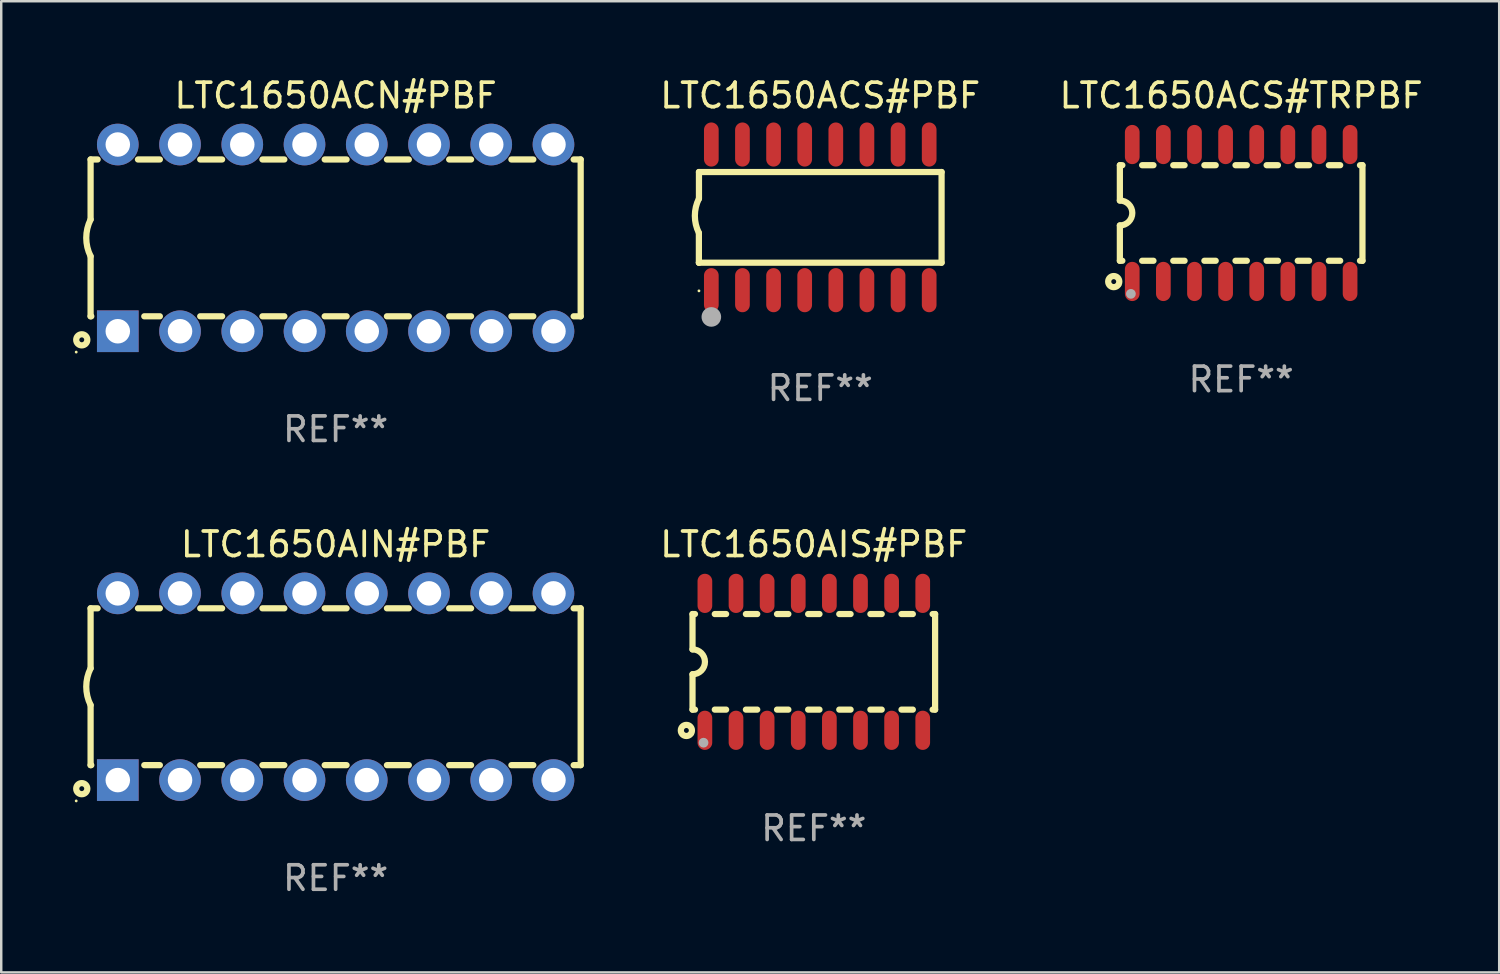
<source format=kicad_pcb>
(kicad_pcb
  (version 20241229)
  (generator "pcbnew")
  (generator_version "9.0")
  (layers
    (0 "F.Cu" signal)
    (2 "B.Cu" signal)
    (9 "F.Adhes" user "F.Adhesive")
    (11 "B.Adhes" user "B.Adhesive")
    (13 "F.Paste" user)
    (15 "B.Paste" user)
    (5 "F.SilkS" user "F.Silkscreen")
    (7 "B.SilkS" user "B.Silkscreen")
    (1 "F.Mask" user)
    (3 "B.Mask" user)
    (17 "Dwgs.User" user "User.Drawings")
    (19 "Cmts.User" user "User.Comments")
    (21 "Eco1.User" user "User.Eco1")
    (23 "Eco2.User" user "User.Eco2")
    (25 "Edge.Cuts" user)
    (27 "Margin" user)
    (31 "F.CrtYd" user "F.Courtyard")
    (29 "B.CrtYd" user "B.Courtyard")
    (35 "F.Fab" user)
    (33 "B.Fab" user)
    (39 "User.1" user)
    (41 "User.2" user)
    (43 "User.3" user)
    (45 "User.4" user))
  (footprint "LTC1650AIS#PBF"
    (layer "F.Cu")
    (at 30.161 23.959)
    (property "Reference" "LTC1650AIS#PBF" (at 0 -4.794 0) (layer "F.SilkS") (effects (font (size 1 1) (thickness 0.15))))
    (attr through_hole)
    (fp_line (start -4.95 -1.95) (end -4.95 -0.508) (stroke (width 0.254) (type solid)) (layer "F.SilkS"))
    (fp_line (start -4.95 -1.95) (end -4.849 -1.95) (stroke (width 0.254) (type solid)) (layer "F.SilkS"))
    (fp_line (start -4.95 1.95) (end -4.95 0.508) (stroke (width 0.254) (type solid)) (layer "F.SilkS"))
    (fp_line (start -4.95 1.95) (end -4.849 1.95) (stroke (width 0.254) (type solid)) (layer "F.SilkS"))
    (fp_line (start -4.041 -1.95) (end -3.579 -1.95) (stroke (width 0.254) (type solid)) (layer "F.SilkS"))
    (fp_line (start -4.041 1.95) (end -3.579 1.95) (stroke (width 0.254) (type solid)) (layer "F.SilkS"))
    (fp_line (start -2.771 -1.95) (end -2.309 -1.95) (stroke (width 0.254) (type solid)) (layer "F.SilkS"))
    (fp_line (start -2.771 1.95) (end -2.309 1.95) (stroke (width 0.254) (type solid)) (layer "F.SilkS"))
    (fp_line (start -1.501 -1.95) (end -1.039 -1.95) (stroke (width 0.254) (type solid)) (layer "F.SilkS"))
    (fp_line (start -1.501 1.95) (end -1.039 1.95) (stroke (width 0.254) (type solid)) (layer "F.SilkS"))
    (fp_line (start -0.231 -1.95) (end 0.231 -1.95) (stroke (width 0.254) (type solid)) (layer "F.SilkS"))
    (fp_line (start -0.231 1.95) (end 0.231 1.95) (stroke (width 0.254) (type solid)) (layer "F.SilkS"))
    (fp_line (start 1.039 -1.95) (end 1.501 -1.95) (stroke (width 0.254) (type solid)) (layer "F.SilkS"))
    (fp_line (start 1.039 1.95) (end 1.501 1.95) (stroke (width 0.254) (type solid)) (layer "F.SilkS"))
    (fp_line (start 2.309 -1.95) (end 2.771 -1.95) (stroke (width 0.254) (type solid)) (layer "F.SilkS"))
    (fp_line (start 2.309 1.95) (end 2.771 1.95) (stroke (width 0.254) (type solid)) (layer "F.SilkS"))
    (fp_line (start 3.579 -1.95) (end 4.041 -1.95) (stroke (width 0.254) (type solid)) (layer "F.SilkS"))
    (fp_line (start 3.579 1.95) (end 4.041 1.95) (stroke (width 0.254) (type solid)) (layer "F.SilkS"))
    (fp_line (start 4.849 -1.95) (end 4.95 -1.95) (stroke (width 0.254) (type solid)) (layer "F.SilkS"))
    (fp_line (start 4.849 1.95) (end 4.95 1.95) (stroke (width 0.254) (type solid)) (layer "F.SilkS"))
    (fp_line (start 4.95 -1.95) (end 4.95 1.95) (stroke (width 0.254) (type solid)) (layer "F.SilkS"))
    (fp_arc (start -4.95047 -0.508001) (mid -4.442469 -0.000228) (end -4.950013 0.508001) (stroke (width 0.254001) (type solid)) (layer "F.SilkS"))
    (fp_circle (center -5.2 2.8) (end -5.1 2.8) (stroke (width 0.254) (type solid)) (fill no) (layer "F.SilkS"))
    (fp_circle (center -4.95 2.947) (end -4.92 2.947) (stroke (width 0.06) (type solid)) (fill no) (layer "F.SilkS"))
    (fp_circle (center -4.5 3.3) (end -4.4 3.3) (stroke (width 0.2) (type solid)) (fill no) (layer "F.Fab"))
    (fp_text user "REF**" (at 0 6.794 0) (layer "F.Fab") (effects (font (size 1 1) (thickness 0.15))))
    (pad "1" smd oval (at -4.445 2.794) (size 0.6 1.6) (layers "F.Cu" "F.Mask" "F.Paste"))
    (pad "2" smd oval (at -3.175 2.794) (size 0.6 1.6) (layers "F.Cu" "F.Mask" "F.Paste"))
    (pad "3" smd oval (at -1.905 2.794) (size 0.6 1.6) (layers "F.Cu" "F.Mask" "F.Paste"))
    (pad "4" smd oval (at -0.635 2.794) (size 0.6 1.6) (layers "F.Cu" "F.Mask" "F.Paste"))
    (pad "5" smd oval (at 0.635 2.794) (size 0.6 1.6) (layers "F.Cu" "F.Mask" "F.Paste"))
    (pad "6" smd oval (at 1.905 2.794) (size 0.6 1.6) (layers "F.Cu" "F.Mask" "F.Paste"))
    (pad "7" smd oval (at 3.175 2.794) (size 0.6 1.6) (layers "F.Cu" "F.Mask" "F.Paste"))
    (pad "8" smd oval (at 4.445 2.794) (size 0.6 1.6) (layers "F.Cu" "F.Mask" "F.Paste"))
    (pad "9" smd oval (at 4.445 -2.794) (size 0.6 1.6) (layers "F.Cu" "F.Mask" "F.Paste"))
    (pad "10" smd oval (at 3.175 -2.794) (size 0.6 1.6) (layers "F.Cu" "F.Mask" "F.Paste"))
    (pad "11" smd oval (at 1.905 -2.794) (size 0.6 1.6) (layers "F.Cu" "F.Mask" "F.Paste"))
    (pad "12" smd oval (at 0.635 -2.794) (size 0.6 1.6) (layers "F.Cu" "F.Mask" "F.Paste"))
    (pad "13" smd oval (at -0.635 -2.794) (size 0.6 1.6) (layers "F.Cu" "F.Mask" "F.Paste"))
    (pad "14" smd oval (at -1.905 -2.794) (size 0.6 1.6) (layers "F.Cu" "F.Mask" "F.Paste"))
    (pad "15" smd oval (at -3.175 -2.794) (size 0.6 1.6) (layers "F.Cu" "F.Mask" "F.Paste"))
    (pad "16" smd oval (at -4.445 -2.794) (size 0.6 1.6) (layers "F.Cu" "F.Mask" "F.Paste")))
  (footprint "LTC1650ACS#PBF"
    (layer "F.Cu")
    (at 30.423 5.82)
    (property "Reference" "LTC1650ACS#PBF" (at 0 -4.972 0) (layer "F.SilkS") (effects (font (size 1 1) (thickness 0.15))))
    (attr through_hole)
    (fp_line (start -4.952 0.635) (end -4.952 1.85) (stroke (width 0.254) (type solid)) (layer "F.SilkS"))
    (fp_line (start -4.952 1.85) (end -4.949 1.85) (stroke (width 0.254) (type solid)) (layer "F.SilkS"))
    (fp_line (start -4.949 -1.85) (end -4.949 -0.762) (stroke (width 0.254) (type solid)) (layer "F.SilkS"))
    (fp_line (start -4.949 1.85) (end 4.952 1.85) (stroke (width 0.254) (type solid)) (layer "F.SilkS"))
    (fp_line (start 4.952 -1.85) (end -4.949 -1.85) (stroke (width 0.254) (type solid)) (layer "F.SilkS"))
    (fp_line (start 4.952 1.85) (end 4.952 -1.85) (stroke (width 0.254) (type solid)) (layer "F.SilkS"))
    (fp_arc (start -4.951524 0.635001) (mid -5.116418 -0.0635) (end -4.951524 -0.762002) (stroke (width 0.254001) (type solid)) (layer "F.SilkS"))
    (fp_circle (center -4.949 3) (end -4.919 3) (stroke (width 0.06) (type solid)) (fill no) (layer "F.SilkS"))
    (fp_circle (center -4.444 4.064) (end -4.244 4.064) (stroke (width 0.4) (type solid)) (fill no) (layer "F.Fab"))
    (fp_text user "REF**" (at 0 6.972 0) (layer "F.Fab") (effects (font (size 1 1) (thickness 0.15))))
    (pad "1" smd oval (at -4.444 2.972 180) (size 0.6 1.8) (layers "F.Cu" "F.Mask" "F.Paste"))
    (pad "2" smd oval (at -3.174 2.972 180) (size 0.6 1.8) (layers "F.Cu" "F.Mask" "F.Paste"))
    (pad "3" smd oval (at -1.904 2.972 180) (size 0.6 1.8) (layers "F.Cu" "F.Mask" "F.Paste"))
    (pad "4" smd oval (at -0.634 2.972 180) (size 0.6 1.8) (layers "F.Cu" "F.Mask" "F.Paste"))
    (pad "5" smd oval (at 0.636 2.972 180) (size 0.6 1.8) (layers "F.Cu" "F.Mask" "F.Paste"))
    (pad "6" smd oval (at 1.906 2.972 180) (size 0.6 1.8) (layers "F.Cu" "F.Mask" "F.Paste"))
    (pad "7" smd oval (at 3.176 2.972 180) (size 0.6 1.8) (layers "F.Cu" "F.Mask" "F.Paste"))
    (pad "8" smd oval (at 4.446 2.972 180) (size 0.6 1.8) (layers "F.Cu" "F.Mask" "F.Paste"))
    (pad "9" smd oval (at 4.446 -2.972 180) (size 0.6 1.8) (layers "F.Cu" "F.Mask" "F.Paste"))
    (pad "10" smd oval (at 3.176 -2.972 180) (size 0.6 1.8) (layers "F.Cu" "F.Mask" "F.Paste"))
    (pad "11" smd oval (at 1.906 -2.972 180) (size 0.6 1.8) (layers "F.Cu" "F.Mask" "F.Paste"))
    (pad "12" smd oval (at 0.636 -2.972 180) (size 0.6 1.8) (layers "F.Cu" "F.Mask" "F.Paste"))
    (pad "13" smd oval (at -0.634 -2.972 180) (size 0.6 1.8) (layers "F.Cu" "F.Mask" "F.Paste"))
    (pad "14" smd oval (at -1.904 -2.972 180) (size 0.6 1.8) (layers "F.Cu" "F.Mask" "F.Paste"))
    (pad "15" smd oval (at -3.174 -2.972 180) (size 0.6 1.8) (layers "F.Cu" "F.Mask" "F.Paste"))
    (pad "16" smd oval (at -4.444 -2.972 180) (size 0.6 1.8) (layers "F.Cu" "F.Mask" "F.Paste")))
  (footprint "LTC1650ACN#PBF"
    (layer "F.Cu")
    (at 10.647 6.658)
    (property "Reference" "LTC1650ACN#PBF" (at 0 -5.81 0) (layer "F.SilkS") (effects (font (size 1 1) (thickness 0.15))))
    (attr through_hole)
    (fp_line (start -10 -3.2) (end -10 -0.75) (stroke (width 0.254) (type solid)) (layer "F.SilkS"))
    (fp_line (start -10 -3.2) (end -9.713 -3.2) (stroke (width 0.254) (type solid)) (layer "F.SilkS"))
    (fp_line (start -10 3.2) (end -10 0.75) (stroke (width 0.254) (type solid)) (layer "F.SilkS"))
    (fp_line (start -10 3.2) (end -9.971 3.2) (stroke (width 0.254) (type solid)) (layer "F.SilkS"))
    (fp_line (start -8.067 -3.2) (end -7.173 -3.2) (stroke (width 0.254) (type solid)) (layer "F.SilkS"))
    (fp_line (start -7.809 3.2) (end -7.173 3.2) (stroke (width 0.254) (type solid)) (layer "F.SilkS"))
    (fp_line (start -5.527 3.2) (end -4.633 3.2) (stroke (width 0.254) (type solid)) (layer "F.SilkS"))
    (fp_line (start -5.527 -3.2) (end -4.633 -3.2) (stroke (width 0.254) (type solid)) (layer "F.SilkS"))
    (fp_line (start -2.987 3.2) (end -2.093 3.2) (stroke (width 0.254) (type solid)) (layer "F.SilkS"))
    (fp_line (start -2.987 -3.2) (end -2.093 -3.2) (stroke (width 0.254) (type solid)) (layer "F.SilkS"))
    (fp_line (start -0.447 3.2) (end 0.447 3.2) (stroke (width 0.254) (type solid)) (layer "F.SilkS"))
    (fp_line (start -0.447 -3.2) (end 0.447 -3.2) (stroke (width 0.254) (type solid)) (layer "F.SilkS"))
    (fp_line (start 2.093 3.2) (end 2.987 3.2) (stroke (width 0.254) (type solid)) (layer "F.SilkS"))
    (fp_line (start 2.093 -3.2) (end 2.987 -3.2) (stroke (width 0.254) (type solid)) (layer "F.SilkS"))
    (fp_line (start 4.633 3.2) (end 5.527 3.2) (stroke (width 0.254) (type solid)) (layer "F.SilkS"))
    (fp_line (start 4.633 -3.2) (end 5.527 -3.2) (stroke (width 0.254) (type solid)) (layer "F.SilkS"))
    (fp_line (start 7.173 3.2) (end 8.067 3.2) (stroke (width 0.254) (type solid)) (layer "F.SilkS"))
    (fp_line (start 7.173 -3.2) (end 8.067 -3.2) (stroke (width 0.254) (type solid)) (layer "F.SilkS"))
    (fp_line (start 9.713 3.2) (end 10 3.2) (stroke (width 0.254) (type solid)) (layer "F.SilkS"))
    (fp_line (start 9.713 -3.2) (end 10 -3.2) (stroke (width 0.254) (type solid)) (layer "F.SilkS"))
    (fp_line (start 10 -3.2) (end 10 3.2) (stroke (width 0.254) (type solid)) (layer "F.SilkS"))
    (fp_arc (start -10 0.748793) (mid -10.176918 -0.000607) (end -10.000025 -0.750013) (stroke (width 0.254001) (type solid)) (layer "F.SilkS"))
    (fp_circle (center -10.587 4.66) (end -10.557 4.66) (stroke (width 0.06) (type solid)) (fill no) (layer "F.SilkS"))
    (fp_circle (center -10.36 4.16) (end -10.26 4.16) (stroke (width 0.254) (type solid)) (fill no) (layer "F.SilkS"))
    (fp_text user "REF**" (at 0 7.81 0) (layer "F.Fab") (effects (font (size 1 1) (thickness 0.15))))
    (pad "1" thru_hole rect (at -8.89 3.81 90) (size 1.7 1.7) (drill 1) (layers "*.Cu" "*.Mask"))
    (pad "2" thru_hole circle (at -6.35 3.81) (size 1.7 1.7) (drill 1) (layers "*.Cu" "*.Mask"))
    (pad "3" thru_hole circle (at -3.81 3.81) (size 1.7 1.7) (drill 1) (layers "*.Cu" "*.Mask"))
    (pad "4" thru_hole circle (at -1.27 3.81) (size 1.7 1.7) (drill 1) (layers "*.Cu" "*.Mask"))
    (pad "5" thru_hole circle (at 1.27 3.81) (size 1.7 1.7) (drill 1) (layers "*.Cu" "*.Mask"))
    (pad "6" thru_hole circle (at 3.81 3.81) (size 1.7 1.7) (drill 1) (layers "*.Cu" "*.Mask"))
    (pad "7" thru_hole circle (at 6.35 3.81) (size 1.7 1.7) (drill 1) (layers "*.Cu" "*.Mask"))
    (pad "8" thru_hole circle (at 8.89 3.81) (size 1.7 1.7) (drill 1) (layers "*.Cu" "*.Mask"))
    (pad "9" thru_hole circle (at 8.89 -3.81) (size 1.7 1.7) (drill 1) (layers "*.Cu" "*.Mask"))
    (pad "10" thru_hole circle (at 6.35 -3.81) (size 1.7 1.7) (drill 1) (layers "*.Cu" "*.Mask"))
    (pad "11" thru_hole circle (at 3.81 -3.81) (size 1.7 1.7) (drill 1) (layers "*.Cu" "*.Mask"))
    (pad "12" thru_hole circle (at 1.27 -3.81) (size 1.7 1.7) (drill 1) (layers "*.Cu" "*.Mask"))
    (pad "13" thru_hole circle (at -1.27 -3.81) (size 1.7 1.7) (drill 1) (layers "*.Cu" "*.Mask"))
    (pad "14" thru_hole circle (at -3.81 -3.81) (size 1.7 1.7) (drill 1) (layers "*.Cu" "*.Mask"))
    (pad "15" thru_hole circle (at -6.35 -3.81) (size 1.7 1.7) (drill 1) (layers "*.Cu" "*.Mask"))
    (pad "16" thru_hole circle (at -8.89 -3.81) (size 1.7 1.7) (drill 1) (layers "*.Cu" "*.Mask")))
  (footprint "LTC1650AIN#PBF"
    (layer "F.Cu")
    (at 10.647 24.975)
    (property "Reference" "LTC1650AIN#PBF" (at 0 -5.81 0) (layer "F.SilkS") (effects (font (size 1 1) (thickness 0.15))))
    (attr through_hole)
    (fp_line (start -10 -3.2) (end -10 -0.75) (stroke (width 0.254) (type solid)) (layer "F.SilkS"))
    (fp_line (start -10 -3.2) (end -9.713 -3.2) (stroke (width 0.254) (type solid)) (layer "F.SilkS"))
    (fp_line (start -10 3.2) (end -10 0.75) (stroke (width 0.254) (type solid)) (layer "F.SilkS"))
    (fp_line (start -10 3.2) (end -9.971 3.2) (stroke (width 0.254) (type solid)) (layer "F.SilkS"))
    (fp_line (start -8.067 -3.2) (end -7.173 -3.2) (stroke (width 0.254) (type solid)) (layer "F.SilkS"))
    (fp_line (start -7.809 3.2) (end -7.173 3.2) (stroke (width 0.254) (type solid)) (layer "F.SilkS"))
    (fp_line (start -5.527 3.2) (end -4.633 3.2) (stroke (width 0.254) (type solid)) (layer "F.SilkS"))
    (fp_line (start -5.527 -3.2) (end -4.633 -3.2) (stroke (width 0.254) (type solid)) (layer "F.SilkS"))
    (fp_line (start -2.987 3.2) (end -2.093 3.2) (stroke (width 0.254) (type solid)) (layer "F.SilkS"))
    (fp_line (start -2.987 -3.2) (end -2.093 -3.2) (stroke (width 0.254) (type solid)) (layer "F.SilkS"))
    (fp_line (start -0.447 3.2) (end 0.447 3.2) (stroke (width 0.254) (type solid)) (layer "F.SilkS"))
    (fp_line (start -0.447 -3.2) (end 0.447 -3.2) (stroke (width 0.254) (type solid)) (layer "F.SilkS"))
    (fp_line (start 2.093 3.2) (end 2.987 3.2) (stroke (width 0.254) (type solid)) (layer "F.SilkS"))
    (fp_line (start 2.093 -3.2) (end 2.987 -3.2) (stroke (width 0.254) (type solid)) (layer "F.SilkS"))
    (fp_line (start 4.633 3.2) (end 5.527 3.2) (stroke (width 0.254) (type solid)) (layer "F.SilkS"))
    (fp_line (start 4.633 -3.2) (end 5.527 -3.2) (stroke (width 0.254) (type solid)) (layer "F.SilkS"))
    (fp_line (start 7.173 3.2) (end 8.067 3.2) (stroke (width 0.254) (type solid)) (layer "F.SilkS"))
    (fp_line (start 7.173 -3.2) (end 8.067 -3.2) (stroke (width 0.254) (type solid)) (layer "F.SilkS"))
    (fp_line (start 9.713 3.2) (end 10 3.2) (stroke (width 0.254) (type solid)) (layer "F.SilkS"))
    (fp_line (start 9.713 -3.2) (end 10 -3.2) (stroke (width 0.254) (type solid)) (layer "F.SilkS"))
    (fp_line (start 10 -3.2) (end 10 3.2) (stroke (width 0.254) (type solid)) (layer "F.SilkS"))
    (fp_arc (start -10 0.748793) (mid -10.176918 -0.000607) (end -10.000025 -0.750013) (stroke (width 0.254001) (type solid)) (layer "F.SilkS"))
    (fp_circle (center -10.587 4.66) (end -10.557 4.66) (stroke (width 0.06) (type solid)) (fill no) (layer "F.SilkS"))
    (fp_circle (center -10.36 4.16) (end -10.26 4.16) (stroke (width 0.254) (type solid)) (fill no) (layer "F.SilkS"))
    (fp_text user "REF**" (at 0 7.81 0) (layer "F.Fab") (effects (font (size 1 1) (thickness 0.15))))
    (pad "1" thru_hole rect (at -8.89 3.81 90) (size 1.7 1.7) (drill 1) (layers "*.Cu" "*.Mask"))
    (pad "2" thru_hole circle (at -6.35 3.81) (size 1.7 1.7) (drill 1) (layers "*.Cu" "*.Mask"))
    (pad "3" thru_hole circle (at -3.81 3.81) (size 1.7 1.7) (drill 1) (layers "*.Cu" "*.Mask"))
    (pad "4" thru_hole circle (at -1.27 3.81) (size 1.7 1.7) (drill 1) (layers "*.Cu" "*.Mask"))
    (pad "5" thru_hole circle (at 1.27 3.81) (size 1.7 1.7) (drill 1) (layers "*.Cu" "*.Mask"))
    (pad "6" thru_hole circle (at 3.81 3.81) (size 1.7 1.7) (drill 1) (layers "*.Cu" "*.Mask"))
    (pad "7" thru_hole circle (at 6.35 3.81) (size 1.7 1.7) (drill 1) (layers "*.Cu" "*.Mask"))
    (pad "8" thru_hole circle (at 8.89 3.81) (size 1.7 1.7) (drill 1) (layers "*.Cu" "*.Mask"))
    (pad "9" thru_hole circle (at 8.89 -3.81) (size 1.7 1.7) (drill 1) (layers "*.Cu" "*.Mask"))
    (pad "10" thru_hole circle (at 6.35 -3.81) (size 1.7 1.7) (drill 1) (layers "*.Cu" "*.Mask"))
    (pad "11" thru_hole circle (at 3.81 -3.81) (size 1.7 1.7) (drill 1) (layers "*.Cu" "*.Mask"))
    (pad "12" thru_hole circle (at 1.27 -3.81) (size 1.7 1.7) (drill 1) (layers "*.Cu" "*.Mask"))
    (pad "13" thru_hole circle (at -1.27 -3.81) (size 1.7 1.7) (drill 1) (layers "*.Cu" "*.Mask"))
    (pad "14" thru_hole circle (at -3.81 -3.81) (size 1.7 1.7) (drill 1) (layers "*.Cu" "*.Mask"))
    (pad "15" thru_hole circle (at -6.35 -3.81) (size 1.7 1.7) (drill 1) (layers "*.Cu" "*.Mask"))
    (pad "16" thru_hole circle (at -8.89 -3.81) (size 1.7 1.7) (drill 1) (layers "*.Cu" "*.Mask")))
  (footprint "LTC1650ACS#TRPBF"
    (layer "F.Cu")
    (at 47.601 5.642)
    (property "Reference" "LTC1650ACS#TRPBF" (at 0 -4.794 0) (layer "F.SilkS") (effects (font (size 1 1) (thickness 0.15))))
    (attr through_hole)
    (fp_line (start -4.95 -1.95) (end -4.95 -0.508) (stroke (width 0.254) (type solid)) (layer "F.SilkS"))
    (fp_line (start -4.95 -1.95) (end -4.849 -1.95) (stroke (width 0.254) (type solid)) (layer "F.SilkS"))
    (fp_line (start -4.95 1.95) (end -4.95 0.508) (stroke (width 0.254) (type solid)) (layer "F.SilkS"))
    (fp_line (start -4.95 1.95) (end -4.849 1.95) (stroke (width 0.254) (type solid)) (layer "F.SilkS"))
    (fp_line (start -4.041 -1.95) (end -3.579 -1.95) (stroke (width 0.254) (type solid)) (layer "F.SilkS"))
    (fp_line (start -4.041 1.95) (end -3.579 1.95) (stroke (width 0.254) (type solid)) (layer "F.SilkS"))
    (fp_line (start -2.771 -1.95) (end -2.309 -1.95) (stroke (width 0.254) (type solid)) (layer "F.SilkS"))
    (fp_line (start -2.771 1.95) (end -2.309 1.95) (stroke (width 0.254) (type solid)) (layer "F.SilkS"))
    (fp_line (start -1.501 -1.95) (end -1.039 -1.95) (stroke (width 0.254) (type solid)) (layer "F.SilkS"))
    (fp_line (start -1.501 1.95) (end -1.039 1.95) (stroke (width 0.254) (type solid)) (layer "F.SilkS"))
    (fp_line (start -0.231 -1.95) (end 0.231 -1.95) (stroke (width 0.254) (type solid)) (layer "F.SilkS"))
    (fp_line (start -0.231 1.95) (end 0.231 1.95) (stroke (width 0.254) (type solid)) (layer "F.SilkS"))
    (fp_line (start 1.039 -1.95) (end 1.501 -1.95) (stroke (width 0.254) (type solid)) (layer "F.SilkS"))
    (fp_line (start 1.039 1.95) (end 1.501 1.95) (stroke (width 0.254) (type solid)) (layer "F.SilkS"))
    (fp_line (start 2.309 -1.95) (end 2.771 -1.95) (stroke (width 0.254) (type solid)) (layer "F.SilkS"))
    (fp_line (start 2.309 1.95) (end 2.771 1.95) (stroke (width 0.254) (type solid)) (layer "F.SilkS"))
    (fp_line (start 3.579 -1.95) (end 4.041 -1.95) (stroke (width 0.254) (type solid)) (layer "F.SilkS"))
    (fp_line (start 3.579 1.95) (end 4.041 1.95) (stroke (width 0.254) (type solid)) (layer "F.SilkS"))
    (fp_line (start 4.849 -1.95) (end 4.95 -1.95) (stroke (width 0.254) (type solid)) (layer "F.SilkS"))
    (fp_line (start 4.849 1.95) (end 4.95 1.95) (stroke (width 0.254) (type solid)) (layer "F.SilkS"))
    (fp_line (start 4.95 -1.95) (end 4.95 1.95) (stroke (width 0.254) (type solid)) (layer "F.SilkS"))
    (fp_arc (start -4.95047 -0.508001) (mid -4.442469 -0.000228) (end -4.950013 0.508001) (stroke (width 0.254001) (type solid)) (layer "F.SilkS"))
    (fp_circle (center -5.2 2.8) (end -5.1 2.8) (stroke (width 0.254) (type solid)) (fill no) (layer "F.SilkS"))
    (fp_circle (center -4.95 2.947) (end -4.92 2.947) (stroke (width 0.06) (type solid)) (fill no) (layer "F.SilkS"))
    (fp_circle (center -4.5 3.3) (end -4.4 3.3) (stroke (width 0.2) (type solid)) (fill no) (layer "F.Fab"))
    (fp_text user "REF**" (at 0 6.794 0) (layer "F.Fab") (effects (font (size 1 1) (thickness 0.15))))
    (pad "1" smd oval (at -4.445 2.794) (size 0.6 1.6) (layers "F.Cu" "F.Mask" "F.Paste"))
    (pad "2" smd oval (at -3.175 2.794) (size 0.6 1.6) (layers "F.Cu" "F.Mask" "F.Paste"))
    (pad "3" smd oval (at -1.905 2.794) (size 0.6 1.6) (layers "F.Cu" "F.Mask" "F.Paste"))
    (pad "4" smd oval (at -0.635 2.794) (size 0.6 1.6) (layers "F.Cu" "F.Mask" "F.Paste"))
    (pad "5" smd oval (at 0.635 2.794) (size 0.6 1.6) (layers "F.Cu" "F.Mask" "F.Paste"))
    (pad "6" smd oval (at 1.905 2.794) (size 0.6 1.6) (layers "F.Cu" "F.Mask" "F.Paste"))
    (pad "7" smd oval (at 3.175 2.794) (size 0.6 1.6) (layers "F.Cu" "F.Mask" "F.Paste"))
    (pad "8" smd oval (at 4.445 2.794) (size 0.6 1.6) (layers "F.Cu" "F.Mask" "F.Paste"))
    (pad "9" smd oval (at 4.445 -2.794) (size 0.6 1.6) (layers "F.Cu" "F.Mask" "F.Paste"))
    (pad "10" smd oval (at 3.175 -2.794) (size 0.6 1.6) (layers "F.Cu" "F.Mask" "F.Paste"))
    (pad "11" smd oval (at 1.905 -2.794) (size 0.6 1.6) (layers "F.Cu" "F.Mask" "F.Paste"))
    (pad "12" smd oval (at 0.635 -2.794) (size 0.6 1.6) (layers "F.Cu" "F.Mask" "F.Paste"))
    (pad "13" smd oval (at -0.635 -2.794) (size 0.6 1.6) (layers "F.Cu" "F.Mask" "F.Paste"))
    (pad "14" smd oval (at -1.905 -2.794) (size 0.6 1.6) (layers "F.Cu" "F.Mask" "F.Paste"))
    (pad "15" smd oval (at -3.175 -2.794) (size 0.6 1.6) (layers "F.Cu" "F.Mask" "F.Paste"))
    (pad "16" smd oval (at -4.445 -2.794) (size 0.6 1.6) (layers "F.Cu" "F.Mask" "F.Paste")))
  (gr_rect
    (start -3 -3)
    (end 58.131 36.633)
    (stroke (width 0.1) (type default))
    (fill no)
    (layer "Edge.Cuts")))
</source>
